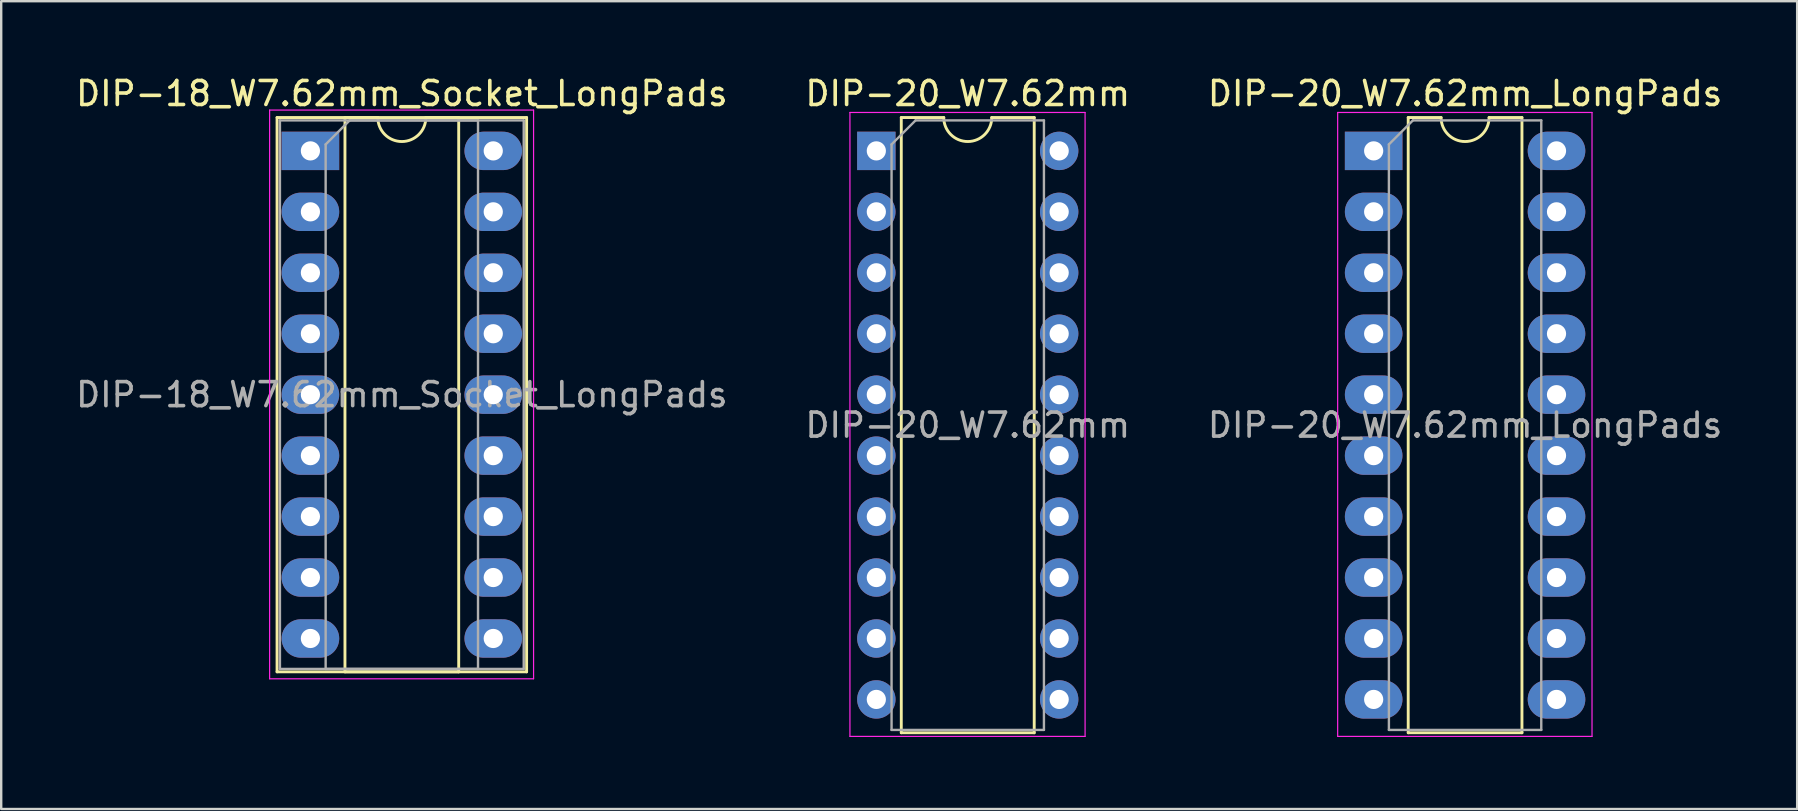
<source format=kicad_pcb>
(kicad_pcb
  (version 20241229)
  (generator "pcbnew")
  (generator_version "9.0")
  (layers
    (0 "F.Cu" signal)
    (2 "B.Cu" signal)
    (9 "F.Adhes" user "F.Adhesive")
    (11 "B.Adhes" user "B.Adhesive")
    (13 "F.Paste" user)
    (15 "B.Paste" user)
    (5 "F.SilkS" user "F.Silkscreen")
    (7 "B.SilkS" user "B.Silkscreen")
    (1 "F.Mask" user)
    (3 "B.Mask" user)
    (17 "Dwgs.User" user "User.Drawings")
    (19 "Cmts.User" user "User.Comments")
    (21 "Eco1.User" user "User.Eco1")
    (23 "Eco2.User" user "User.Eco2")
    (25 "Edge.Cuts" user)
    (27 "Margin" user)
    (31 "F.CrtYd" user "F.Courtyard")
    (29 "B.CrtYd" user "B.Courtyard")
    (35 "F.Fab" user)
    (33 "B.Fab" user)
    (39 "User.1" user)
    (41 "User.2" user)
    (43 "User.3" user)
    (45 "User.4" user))
  (footprint "DIP-18_W7.62mm_Socket_LongPads"
    (layer "F.Cu")
    (at 9.886 3.238)
    (property "Reference" "DIP-18_W7.62mm_Socket_LongPads" (at 3.81 -2.39 0) (layer "F.SilkS") (effects (font (size 1 1) (thickness 0.15))))
    (attr through_hole)
    (fp_line (start -1.39 -1.39) (end -1.39 21.71) (stroke (width 0.12) (type solid)) (layer "F.SilkS"))
    (fp_line (start -1.39 21.71) (end 9.01 21.71) (stroke (width 0.12) (type solid)) (layer "F.SilkS"))
    (fp_line (start 1.44 -1.39) (end 1.44 21.71) (stroke (width 0.12) (type solid)) (layer "F.SilkS"))
    (fp_line (start 1.44 21.71) (end 6.18 21.71) (stroke (width 0.12) (type solid)) (layer "F.SilkS"))
    (fp_line (start 2.81 -1.39) (end 1.44 -1.39) (stroke (width 0.12) (type solid)) (layer "F.SilkS"))
    (fp_line (start 6.18 -1.39) (end 4.81 -1.39) (stroke (width 0.12) (type solid)) (layer "F.SilkS"))
    (fp_line (start 6.18 21.71) (end 6.18 -1.39) (stroke (width 0.12) (type solid)) (layer "F.SilkS"))
    (fp_line (start 9.01 -1.39) (end -1.39 -1.39) (stroke (width 0.12) (type solid)) (layer "F.SilkS"))
    (fp_line (start 9.01 21.71) (end 9.01 -1.39) (stroke (width 0.12) (type solid)) (layer "F.SilkS"))
    (fp_arc (start 4.81 -1.39) (mid 3.81 -0.39) (end 2.81 -1.39) (stroke (width 0.12) (type solid)) (layer "F.SilkS"))
    (fp_line (start -1.7 -1.7) (end -1.7 22) (stroke (width 0.05) (type solid)) (layer "F.CrtYd"))
    (fp_line (start -1.7 22) (end 9.3 22) (stroke (width 0.05) (type solid)) (layer "F.CrtYd"))
    (fp_line (start 9.3 -1.7) (end -1.7 -1.7) (stroke (width 0.05) (type solid)) (layer "F.CrtYd"))
    (fp_line (start 9.3 22) (end 9.3 -1.7) (stroke (width 0.05) (type solid)) (layer "F.CrtYd"))
    (fp_line (start -1.27 -1.27) (end -1.27 21.59) (stroke (width 0.1) (type solid)) (layer "F.Fab"))
    (fp_line (start -1.27 21.59) (end 8.89 21.59) (stroke (width 0.1) (type solid)) (layer "F.Fab"))
    (fp_line (start 0.635 -0.27) (end 1.635 -1.27) (stroke (width 0.1) (type solid)) (layer "F.Fab"))
    (fp_line (start 0.635 21.59) (end 0.635 -0.27) (stroke (width 0.1) (type solid)) (layer "F.Fab"))
    (fp_line (start 1.635 -1.27) (end 6.985 -1.27) (stroke (width 0.1) (type solid)) (layer "F.Fab"))
    (fp_line (start 6.985 -1.27) (end 6.985 21.59) (stroke (width 0.1) (type solid)) (layer "F.Fab"))
    (fp_line (start 6.985 21.59) (end 0.635 21.59) (stroke (width 0.1) (type solid)) (layer "F.Fab"))
    (fp_line (start 8.89 -1.27) (end -1.27 -1.27) (stroke (width 0.1) (type solid)) (layer "F.Fab"))
    (fp_line (start 8.89 21.59) (end 8.89 -1.27) (stroke (width 0.1) (type solid)) (layer "F.Fab"))
    (fp_text user "${REFERENCE}" (at 3.81 10.16 0) (layer "F.Fab") (effects (font (size 1 1) (thickness 0.15))))
    (pad "1" thru_hole rect (at 0 0) (size 2.4 1.6) (drill 0.8) (layers "*.Cu" "*.Mask"))
    (pad "2" thru_hole oval (at 0 2.54) (size 2.4 1.6) (drill 0.8) (layers "*.Cu" "*.Mask"))
    (pad "3" thru_hole oval (at 0 5.08) (size 2.4 1.6) (drill 0.8) (layers "*.Cu" "*.Mask"))
    (pad "4" thru_hole oval (at 0 7.62) (size 2.4 1.6) (drill 0.8) (layers "*.Cu" "*.Mask"))
    (pad "5" thru_hole oval (at 0 10.16) (size 2.4 1.6) (drill 0.8) (layers "*.Cu" "*.Mask"))
    (pad "6" thru_hole oval (at 0 12.7) (size 2.4 1.6) (drill 0.8) (layers "*.Cu" "*.Mask"))
    (pad "7" thru_hole oval (at 0 15.24) (size 2.4 1.6) (drill 0.8) (layers "*.Cu" "*.Mask"))
    (pad "8" thru_hole oval (at 0 17.78) (size 2.4 1.6) (drill 0.8) (layers "*.Cu" "*.Mask"))
    (pad "9" thru_hole oval (at 0 20.32) (size 2.4 1.6) (drill 0.8) (layers "*.Cu" "*.Mask"))
    (pad "10" thru_hole oval (at 7.62 20.32) (size 2.4 1.6) (drill 0.8) (layers "*.Cu" "*.Mask"))
    (pad "11" thru_hole oval (at 7.62 17.78) (size 2.4 1.6) (drill 0.8) (layers "*.Cu" "*.Mask"))
    (pad "12" thru_hole oval (at 7.62 15.24) (size 2.4 1.6) (drill 0.8) (layers "*.Cu" "*.Mask"))
    (pad "13" thru_hole oval (at 7.62 12.7) (size 2.4 1.6) (drill 0.8) (layers "*.Cu" "*.Mask"))
    (pad "14" thru_hole oval (at 7.62 10.16) (size 2.4 1.6) (drill 0.8) (layers "*.Cu" "*.Mask"))
    (pad "15" thru_hole oval (at 7.62 7.62) (size 2.4 1.6) (drill 0.8) (layers "*.Cu" "*.Mask"))
    (pad "16" thru_hole oval (at 7.62 5.08) (size 2.4 1.6) (drill 0.8) (layers "*.Cu" "*.Mask"))
    (pad "17" thru_hole oval (at 7.62 2.54) (size 2.4 1.6) (drill 0.8) (layers "*.Cu" "*.Mask"))
    (pad "18" thru_hole oval (at 7.62 0) (size 2.4 1.6) (drill 0.8) (layers "*.Cu" "*.Mask")))
  (footprint "DIP-20_W7.62mm"
    (layer "F.Cu")
    (at 33.47 3.238)
    (property "Reference" "DIP-20_W7.62mm" (at 3.81 -2.39 0) (layer "F.SilkS") (effects (font (size 1 1) (thickness 0.15))))
    (attr through_hole)
    (fp_line (start 1.04 -1.39) (end 1.04 24.25) (stroke (width 0.12) (type solid)) (layer "F.SilkS"))
    (fp_line (start 1.04 24.25) (end 6.58 24.25) (stroke (width 0.12) (type solid)) (layer "F.SilkS"))
    (fp_line (start 2.81 -1.39) (end 1.04 -1.39) (stroke (width 0.12) (type solid)) (layer "F.SilkS"))
    (fp_line (start 6.58 -1.39) (end 4.81 -1.39) (stroke (width 0.12) (type solid)) (layer "F.SilkS"))
    (fp_line (start 6.58 24.25) (end 6.58 -1.39) (stroke (width 0.12) (type solid)) (layer "F.SilkS"))
    (fp_arc (start 4.81 -1.39) (mid 3.81 -0.39) (end 2.81 -1.39) (stroke (width 0.12) (type solid)) (layer "F.SilkS"))
    (fp_line (start -1.1 -1.6) (end -1.1 24.4) (stroke (width 0.05) (type solid)) (layer "F.CrtYd"))
    (fp_line (start -1.1 24.4) (end 8.7 24.4) (stroke (width 0.05) (type solid)) (layer "F.CrtYd"))
    (fp_line (start 8.7 -1.6) (end -1.1 -1.6) (stroke (width 0.05) (type solid)) (layer "F.CrtYd"))
    (fp_line (start 8.7 24.4) (end 8.7 -1.6) (stroke (width 0.05) (type solid)) (layer "F.CrtYd"))
    (fp_line (start 0.635 -0.27) (end 1.635 -1.27) (stroke (width 0.1) (type solid)) (layer "F.Fab"))
    (fp_line (start 0.635 24.13) (end 0.635 -0.27) (stroke (width 0.1) (type solid)) (layer "F.Fab"))
    (fp_line (start 1.635 -1.27) (end 6.985 -1.27) (stroke (width 0.1) (type solid)) (layer "F.Fab"))
    (fp_line (start 6.985 -1.27) (end 6.985 24.13) (stroke (width 0.1) (type solid)) (layer "F.Fab"))
    (fp_line (start 6.985 24.13) (end 0.635 24.13) (stroke (width 0.1) (type solid)) (layer "F.Fab"))
    (fp_text user "${REFERENCE}" (at 3.81 11.43 0) (layer "F.Fab") (effects (font (size 1 1) (thickness 0.15))))
    (pad "1" thru_hole rect (at 0 0) (size 1.6 1.6) (drill 0.8) (layers "*.Cu" "*.Mask"))
    (pad "2" thru_hole oval (at 0 2.54) (size 1.6 1.6) (drill 0.8) (layers "*.Cu" "*.Mask"))
    (pad "3" thru_hole oval (at 0 5.08) (size 1.6 1.6) (drill 0.8) (layers "*.Cu" "*.Mask"))
    (pad "4" thru_hole oval (at 0 7.62) (size 1.6 1.6) (drill 0.8) (layers "*.Cu" "*.Mask"))
    (pad "5" thru_hole oval (at 0 10.16) (size 1.6 1.6) (drill 0.8) (layers "*.Cu" "*.Mask"))
    (pad "6" thru_hole oval (at 0 12.7) (size 1.6 1.6) (drill 0.8) (layers "*.Cu" "*.Mask"))
    (pad "7" thru_hole oval (at 0 15.24) (size 1.6 1.6) (drill 0.8) (layers "*.Cu" "*.Mask"))
    (pad "8" thru_hole oval (at 0 17.78) (size 1.6 1.6) (drill 0.8) (layers "*.Cu" "*.Mask"))
    (pad "9" thru_hole oval (at 0 20.32) (size 1.6 1.6) (drill 0.8) (layers "*.Cu" "*.Mask"))
    (pad "10" thru_hole oval (at 0 22.86) (size 1.6 1.6) (drill 0.8) (layers "*.Cu" "*.Mask"))
    (pad "11" thru_hole oval (at 7.62 22.86) (size 1.6 1.6) (drill 0.8) (layers "*.Cu" "*.Mask"))
    (pad "12" thru_hole oval (at 7.62 20.32) (size 1.6 1.6) (drill 0.8) (layers "*.Cu" "*.Mask"))
    (pad "13" thru_hole oval (at 7.62 17.78) (size 1.6 1.6) (drill 0.8) (layers "*.Cu" "*.Mask"))
    (pad "14" thru_hole oval (at 7.62 15.24) (size 1.6 1.6) (drill 0.8) (layers "*.Cu" "*.Mask"))
    (pad "15" thru_hole oval (at 7.62 12.7) (size 1.6 1.6) (drill 0.8) (layers "*.Cu" "*.Mask"))
    (pad "16" thru_hole oval (at 7.62 10.16) (size 1.6 1.6) (drill 0.8) (layers "*.Cu" "*.Mask"))
    (pad "17" thru_hole oval (at 7.62 7.62) (size 1.6 1.6) (drill 0.8) (layers "*.Cu" "*.Mask"))
    (pad "18" thru_hole oval (at 7.62 5.08) (size 1.6 1.6) (drill 0.8) (layers "*.Cu" "*.Mask"))
    (pad "19" thru_hole oval (at 7.62 2.54) (size 1.6 1.6) (drill 0.8) (layers "*.Cu" "*.Mask"))
    (pad "20" thru_hole oval (at 7.62 0) (size 1.6 1.6) (drill 0.8) (layers "*.Cu" "*.Mask")))
  (footprint "DIP-20_W7.62mm_LongPads"
    (layer "F.Cu")
    (at 54.196 3.238)
    (property "Reference" "DIP-20_W7.62mm_LongPads" (at 3.81 -2.39 0) (layer "F.SilkS") (effects (font (size 1 1) (thickness 0.15))))
    (attr through_hole)
    (fp_line (start 1.44 -1.39) (end 1.44 24.25) (stroke (width 0.12) (type solid)) (layer "F.SilkS"))
    (fp_line (start 1.44 24.25) (end 6.18 24.25) (stroke (width 0.12) (type solid)) (layer "F.SilkS"))
    (fp_line (start 2.81 -1.39) (end 1.44 -1.39) (stroke (width 0.12) (type solid)) (layer "F.SilkS"))
    (fp_line (start 6.18 -1.39) (end 4.81 -1.39) (stroke (width 0.12) (type solid)) (layer "F.SilkS"))
    (fp_line (start 6.18 24.25) (end 6.18 -1.39) (stroke (width 0.12) (type solid)) (layer "F.SilkS"))
    (fp_arc (start 4.81 -1.39) (mid 3.81 -0.39) (end 2.81 -1.39) (stroke (width 0.12) (type solid)) (layer "F.SilkS"))
    (fp_line (start -1.5 -1.6) (end -1.5 24.4) (stroke (width 0.05) (type solid)) (layer "F.CrtYd"))
    (fp_line (start -1.5 24.4) (end 9.1 24.4) (stroke (width 0.05) (type solid)) (layer "F.CrtYd"))
    (fp_line (start 9.1 -1.6) (end -1.5 -1.6) (stroke (width 0.05) (type solid)) (layer "F.CrtYd"))
    (fp_line (start 9.1 24.4) (end 9.1 -1.6) (stroke (width 0.05) (type solid)) (layer "F.CrtYd"))
    (fp_line (start 0.635 -0.27) (end 1.635 -1.27) (stroke (width 0.1) (type solid)) (layer "F.Fab"))
    (fp_line (start 0.635 24.13) (end 0.635 -0.27) (stroke (width 0.1) (type solid)) (layer "F.Fab"))
    (fp_line (start 1.635 -1.27) (end 6.985 -1.27) (stroke (width 0.1) (type solid)) (layer "F.Fab"))
    (fp_line (start 6.985 -1.27) (end 6.985 24.13) (stroke (width 0.1) (type solid)) (layer "F.Fab"))
    (fp_line (start 6.985 24.13) (end 0.635 24.13) (stroke (width 0.1) (type solid)) (layer "F.Fab"))
    (fp_text user "${REFERENCE}" (at 3.81 11.43 0) (layer "F.Fab") (effects (font (size 1 1) (thickness 0.15))))
    (pad "1" thru_hole rect (at 0 0) (size 2.4 1.6) (drill 0.8) (layers "*.Cu" "*.Mask"))
    (pad "2" thru_hole oval (at 0 2.54) (size 2.4 1.6) (drill 0.8) (layers "*.Cu" "*.Mask"))
    (pad "3" thru_hole oval (at 0 5.08) (size 2.4 1.6) (drill 0.8) (layers "*.Cu" "*.Mask"))
    (pad "4" thru_hole oval (at 0 7.62) (size 2.4 1.6) (drill 0.8) (layers "*.Cu" "*.Mask"))
    (pad "5" thru_hole oval (at 0 10.16) (size 2.4 1.6) (drill 0.8) (layers "*.Cu" "*.Mask"))
    (pad "6" thru_hole oval (at 0 12.7) (size 2.4 1.6) (drill 0.8) (layers "*.Cu" "*.Mask"))
    (pad "7" thru_hole oval (at 0 15.24) (size 2.4 1.6) (drill 0.8) (layers "*.Cu" "*.Mask"))
    (pad "8" thru_hole oval (at 0 17.78) (size 2.4 1.6) (drill 0.8) (layers "*.Cu" "*.Mask"))
    (pad "9" thru_hole oval (at 0 20.32) (size 2.4 1.6) (drill 0.8) (layers "*.Cu" "*.Mask"))
    (pad "10" thru_hole oval (at 0 22.86) (size 2.4 1.6) (drill 0.8) (layers "*.Cu" "*.Mask"))
    (pad "11" thru_hole oval (at 7.62 22.86) (size 2.4 1.6) (drill 0.8) (layers "*.Cu" "*.Mask"))
    (pad "12" thru_hole oval (at 7.62 20.32) (size 2.4 1.6) (drill 0.8) (layers "*.Cu" "*.Mask"))
    (pad "13" thru_hole oval (at 7.62 17.78) (size 2.4 1.6) (drill 0.8) (layers "*.Cu" "*.Mask"))
    (pad "14" thru_hole oval (at 7.62 15.24) (size 2.4 1.6) (drill 0.8) (layers "*.Cu" "*.Mask"))
    (pad "15" thru_hole oval (at 7.62 12.7) (size 2.4 1.6) (drill 0.8) (layers "*.Cu" "*.Mask"))
    (pad "16" thru_hole oval (at 7.62 10.16) (size 2.4 1.6) (drill 0.8) (layers "*.Cu" "*.Mask"))
    (pad "17" thru_hole oval (at 7.62 7.62) (size 2.4 1.6) (drill 0.8) (layers "*.Cu" "*.Mask"))
    (pad "18" thru_hole oval (at 7.62 5.08) (size 2.4 1.6) (drill 0.8) (layers "*.Cu" "*.Mask"))
    (pad "19" thru_hole oval (at 7.62 2.54) (size 2.4 1.6) (drill 0.8) (layers "*.Cu" "*.Mask"))
    (pad "20" thru_hole oval (at 7.62 0) (size 2.4 1.6) (drill 0.8) (layers "*.Cu" "*.Mask")))
  (gr_rect
    (start -3 -3)
    (end 71.845 30.663)
    (stroke (width 0.1) (type default))
    (fill no)
    (layer "Edge.Cuts")))
</source>
